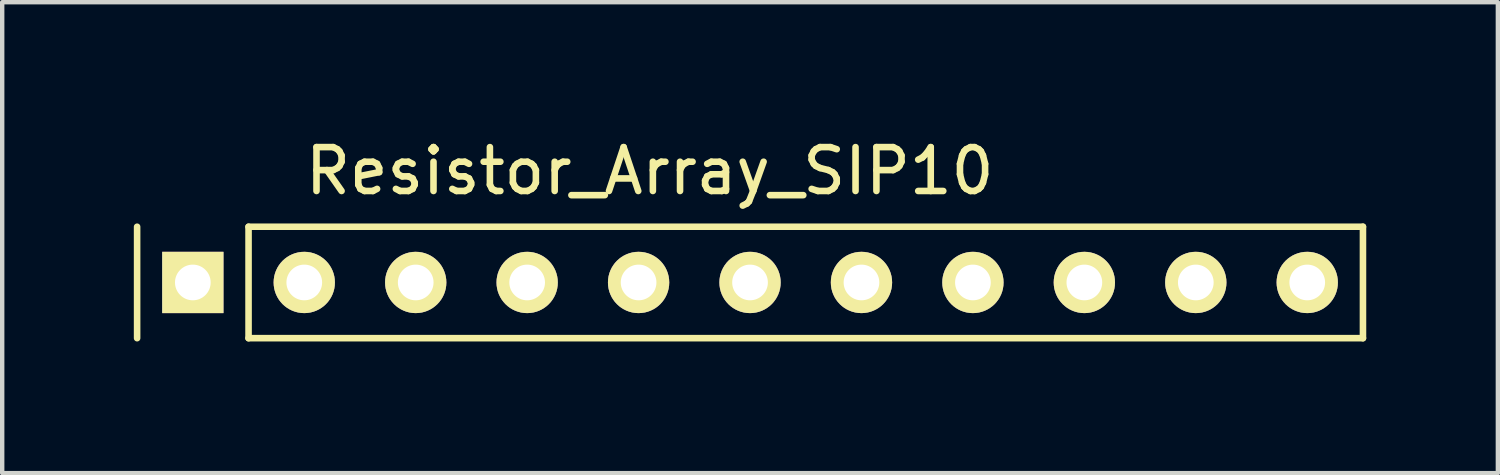
<source format=kicad_pcb>
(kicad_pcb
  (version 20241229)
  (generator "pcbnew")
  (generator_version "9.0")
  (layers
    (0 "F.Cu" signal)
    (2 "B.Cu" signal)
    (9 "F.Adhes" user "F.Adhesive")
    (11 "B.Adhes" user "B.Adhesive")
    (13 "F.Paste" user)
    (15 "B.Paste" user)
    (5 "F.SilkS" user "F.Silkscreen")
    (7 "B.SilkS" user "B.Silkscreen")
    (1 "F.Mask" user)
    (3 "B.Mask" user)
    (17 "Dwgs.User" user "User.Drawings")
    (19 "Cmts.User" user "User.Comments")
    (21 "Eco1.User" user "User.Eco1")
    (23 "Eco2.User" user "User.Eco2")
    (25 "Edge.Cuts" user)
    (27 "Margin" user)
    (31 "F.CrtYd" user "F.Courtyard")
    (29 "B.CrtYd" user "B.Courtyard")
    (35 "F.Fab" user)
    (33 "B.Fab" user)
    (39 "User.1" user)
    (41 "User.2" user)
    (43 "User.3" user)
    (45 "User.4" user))
  (footprint "Resistor_Array_SIP10"
    (layer "F.Cu")
    (at 12.775 3.388)
    (property "Reference" "Resistor_Array_SIP10" (at -1.016 -2.54 0) (layer "F.SilkS") (effects (font (size 1 1) (thickness 0.15))))
    (attr through_hole)
    (fp_line (start -12.7 1.27) (end -12.7 -1.27) (stroke (width 0.15) (type solid)) (layer "F.SilkS"))
    (fp_line (start -10.16 -1.27) (end 15.24 -1.27) (stroke (width 0.15) (type solid)) (layer "F.SilkS"))
    (fp_line (start -10.16 1.27) (end -10.16 -1.27) (stroke (width 0.15) (type solid)) (layer "F.SilkS"))
    (fp_line (start 15.24 -1.27) (end 15.24 1.27) (stroke (width 0.15) (type solid)) (layer "F.SilkS"))
    (fp_line (start 15.24 1.27) (end -10.16 1.27) (stroke (width 0.15) (type solid)) (layer "F.SilkS"))
    (pad "1" thru_hole rect (at -11.43 0) (size 1.397 1.397) (drill 0.813) (layers "*.Cu" "*.Mask" "F.SilkS"))
    (pad "2" thru_hole circle (at -8.89 0) (size 1.397 1.397) (drill 0.813) (layers "*.Cu" "*.Mask" "F.SilkS"))
    (pad "3" thru_hole circle (at -6.35 0) (size 1.397 1.397) (drill 0.813) (layers "*.Cu" "*.Mask" "F.SilkS"))
    (pad "4" thru_hole circle (at -3.81 0) (size 1.397 1.397) (drill 0.813) (layers "*.Cu" "*.Mask" "F.SilkS"))
    (pad "5" thru_hole circle (at -1.27 0) (size 1.397 1.397) (drill 0.813) (layers "*.Cu" "*.Mask" "F.SilkS"))
    (pad "6" thru_hole circle (at 1.27 0) (size 1.397 1.397) (drill 0.813) (layers "*.Cu" "*.Mask" "F.SilkS"))
    (pad "7" thru_hole circle (at 3.81 0) (size 1.397 1.397) (drill 0.813) (layers "*.Cu" "*.Mask" "F.SilkS"))
    (pad "8" thru_hole circle (at 6.35 0) (size 1.397 1.397) (drill 0.813) (layers "*.Cu" "*.Mask" "F.SilkS"))
    (pad "9" thru_hole circle (at 8.89 0) (size 1.397 1.397) (drill 0.813) (layers "*.Cu" "*.Mask" "F.SilkS"))
    (pad "10" thru_hole circle (at 11.43 0) (size 1.397 1.397) (drill 0.813) (layers "*.Cu" "*.Mask" "F.SilkS"))
    (pad "11" thru_hole circle (at 13.97 0) (size 1.397 1.397) (drill 0.813) (layers "*.Cu" "*.Mask" "F.SilkS")))
  (gr_rect
    (start -3 -3)
    (end 31.09 7.733)
    (stroke (width 0.1) (type default))
    (fill no)
    (layer "Edge.Cuts")))
</source>
